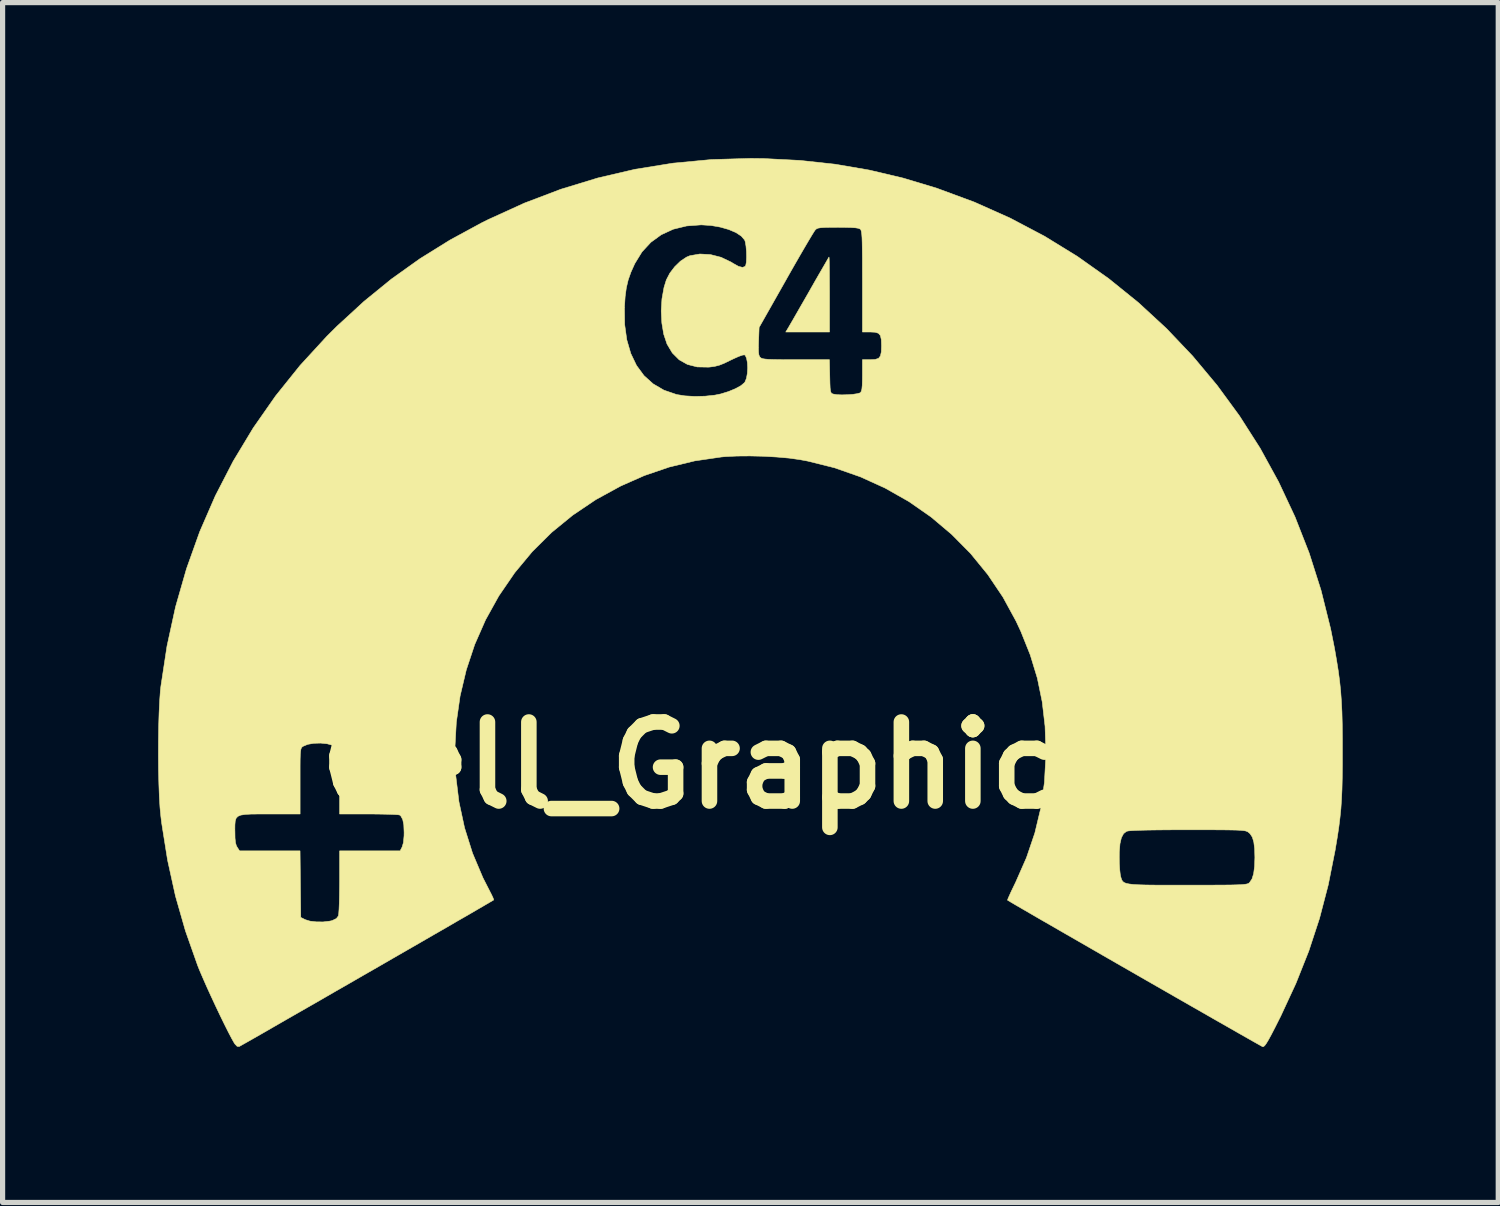
<source format=kicad_pcb>
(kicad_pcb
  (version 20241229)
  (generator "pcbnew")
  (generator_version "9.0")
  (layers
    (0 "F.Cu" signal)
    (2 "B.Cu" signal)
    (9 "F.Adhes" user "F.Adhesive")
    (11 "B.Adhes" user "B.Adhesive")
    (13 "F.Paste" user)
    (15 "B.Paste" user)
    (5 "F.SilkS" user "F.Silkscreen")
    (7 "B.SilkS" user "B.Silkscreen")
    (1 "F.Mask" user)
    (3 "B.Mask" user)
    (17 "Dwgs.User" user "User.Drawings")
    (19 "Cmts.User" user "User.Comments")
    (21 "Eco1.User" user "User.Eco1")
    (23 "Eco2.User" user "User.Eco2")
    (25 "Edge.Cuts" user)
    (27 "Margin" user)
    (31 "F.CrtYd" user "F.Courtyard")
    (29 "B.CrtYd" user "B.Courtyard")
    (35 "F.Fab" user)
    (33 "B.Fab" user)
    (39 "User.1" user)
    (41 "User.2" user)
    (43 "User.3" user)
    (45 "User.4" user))
  (footprint "Cell_Graphic_C4"
    (layer "F.Cu")
    (at 12.339 11.71)
    (property "Reference" "Cell_Graphic_C4" (at 0 0 0) (layer "F.SilkS") (effects (font (size 1.524 1.524) (thickness 0.3))))
    (attr through_hole)
    (fp_poly (pts (xy 0.603 -9.781) (xy 0.605 -9.715) (xy 0.607 -9.61) (xy 0.608 -9.474) (xy 0.609 -9.311) (xy 0.61 -9.129) (xy 0.61 -9.085) (xy 0.61 -8.357) (xy -0.234 -8.357) (xy -0.177 -8.452) (xy -0.15 -8.499) (xy -0.101 -8.583) (xy -0.035 -8.698) (xy 0.044 -8.836) (xy 0.134 -8.992) (xy 0.229 -9.158) (xy 0.235 -9.169) (xy 0.327 -9.331) (xy 0.411 -9.477) (xy 0.484 -9.603) (xy 0.542 -9.703) (xy 0.581 -9.771) (xy 0.599 -9.801) (xy 0.6 -9.802) (xy 0.603 -9.781)) (stroke (width 0.01) (type solid)) (fill yes) (layer "F.SilkS"))
    (fp_poly (pts (xy -0.66 -11.702) (xy 0.041 -11.666) (xy 0.717 -11.593) (xy 1.376 -11.48) (xy 2.028 -11.326) (xy 2.682 -11.129) (xy 2.692 -11.125) (xy 3.406 -10.861) (xy 4.095 -10.553) (xy 4.757 -10.204) (xy 5.39 -9.815) (xy 5.994 -9.387) (xy 6.567 -8.924) (xy 7.108 -8.425) (xy 7.614 -7.893) (xy 8.085 -7.329) (xy 8.519 -6.736) (xy 8.916 -6.114) (xy 9.272 -5.465) (xy 9.588 -4.791) (xy 9.861 -4.094) (xy 10.09 -3.375) (xy 10.274 -2.636) (xy 10.349 -2.261) (xy 10.389 -2.03) (xy 10.422 -1.823) (xy 10.448 -1.628) (xy 10.468 -1.438) (xy 10.482 -1.242) (xy 10.493 -1.031) (xy 10.499 -0.795) (xy 10.502 -0.525) (xy 10.502 -0.292) (xy 10.502 -0.001) (xy 10.499 0.248) (xy 10.494 0.464) (xy 10.485 0.658) (xy 10.473 0.838) (xy 10.455 1.013) (xy 10.433 1.192) (xy 10.404 1.385) (xy 10.368 1.601) (xy 10.362 1.638) (xy 10.229 2.307) (xy 10.061 2.951) (xy 9.854 3.582) (xy 9.605 4.208) (xy 9.312 4.84) (xy 9.289 4.885) (xy 9.2 5.062) (xy 9.13 5.197) (xy 9.076 5.296) (xy 9.035 5.364) (xy 9.005 5.405) (xy 8.982 5.425) (xy 8.964 5.428) (xy 8.963 5.428) (xy 8.938 5.414) (xy 8.872 5.377) (xy 8.769 5.319) (xy 8.632 5.241) (xy 8.465 5.146) (xy 8.271 5.035) (xy 8.053 4.911) (xy 7.816 4.775) (xy 7.562 4.63) (xy 7.295 4.477) (xy 7.018 4.318) (xy 6.735 4.156) (xy 6.45 3.992) (xy 6.164 3.828) (xy 5.884 3.667) (xy 5.61 3.509) (xy 5.348 3.358) (xy 5.099 3.215) (xy 4.869 3.082) (xy 4.66 2.962) (xy 4.476 2.855) (xy 4.319 2.764) (xy 4.195 2.692) (xy 4.105 2.639) (xy 4.054 2.608) (xy 4.043 2.602) (xy 4.05 2.578) (xy 4.077 2.516) (xy 4.118 2.426) (xy 4.172 2.314) (xy 4.2 2.256) (xy 4.409 1.781) (xy 4.412 1.772) (xy 6.198 1.772) (xy 6.2 1.896) (xy 6.207 2.011) (xy 6.217 2.101) (xy 6.224 2.139) (xy 6.235 2.178) (xy 6.247 2.211) (xy 6.263 2.238) (xy 6.29 2.26) (xy 6.33 2.277) (xy 6.388 2.289) (xy 6.469 2.299) (xy 6.577 2.305) (xy 6.716 2.309) (xy 6.891 2.311) (xy 7.105 2.311) (xy 7.364 2.311) (xy 7.511 2.311) (xy 7.783 2.311) (xy 8.009 2.311) (xy 8.193 2.31) (xy 8.34 2.309) (xy 8.454 2.306) (xy 8.54 2.303) (xy 8.603 2.298) (xy 8.646 2.292) (xy 8.675 2.285) (xy 8.695 2.276) (xy 8.709 2.264) (xy 8.711 2.262) (xy 8.758 2.193) (xy 8.79 2.091) (xy 8.808 1.951) (xy 8.814 1.778) (xy 8.809 1.608) (xy 8.793 1.48) (xy 8.765 1.387) (xy 8.722 1.321) (xy 8.695 1.297) (xy 8.678 1.284) (xy 8.657 1.274) (xy 8.629 1.265) (xy 8.588 1.259) (xy 8.53 1.254) (xy 8.45 1.25) (xy 8.344 1.248) (xy 8.206 1.246) (xy 8.032 1.245) (xy 7.817 1.245) (xy 7.557 1.245) (xy 7.516 1.245) (xy 7.211 1.245) (xy 6.955 1.247) (xy 6.745 1.25) (xy 6.581 1.254) (xy 6.46 1.259) (xy 6.381 1.265) (xy 6.341 1.273) (xy 6.34 1.273) (xy 6.281 1.319) (xy 6.239 1.398) (xy 6.212 1.514) (xy 6.199 1.673) (xy 6.198 1.772) (xy 4.412 1.772) (xy 4.57 1.306) (xy 4.685 0.826) (xy 4.755 0.331) (xy 4.783 -0.185) (xy 4.783 -0.254) (xy 4.767 -0.753) (xy 4.712 -1.225) (xy 4.618 -1.681) (xy 4.481 -2.13) (xy 4.3 -2.582) (xy 4.207 -2.781) (xy 3.954 -3.245) (xy 3.661 -3.68) (xy 3.331 -4.084) (xy 2.965 -4.454) (xy 2.568 -4.789) (xy 2.14 -5.087) (xy 1.685 -5.345) (xy 1.206 -5.563) (xy 0.705 -5.738) (xy 0.184 -5.868) (xy 0.038 -5.895) (xy -0.166 -5.924) (xy -0.405 -5.945) (xy -0.664 -5.96) (xy -0.926 -5.966) (xy -1.178 -5.964) (xy -1.402 -5.953) (xy -1.477 -5.946) (xy -1.989 -5.871) (xy -2.481 -5.752) (xy -2.961 -5.588) (xy -3.416 -5.387) (xy -3.897 -5.124) (xy -4.341 -4.825) (xy -4.75 -4.491) (xy -5.123 -4.121) (xy -5.462 -3.713) (xy -5.767 -3.268) (xy -5.771 -3.261) (xy -6.024 -2.805) (xy -6.233 -2.33) (xy -6.396 -1.839) (xy -6.515 -1.337) (xy -6.588 -0.828) (xy -6.616 -0.315) (xy -6.599 0.198) (xy -6.537 0.706) (xy -6.429 1.207) (xy -6.275 1.696) (xy -6.075 2.169) (xy -5.948 2.418) (xy -5.906 2.5) (xy -5.877 2.563) (xy -5.867 2.596) (xy -5.868 2.598) (xy -5.892 2.613) (xy -5.958 2.651) (xy -6.06 2.711) (xy -6.196 2.79) (xy -6.362 2.887) (xy -6.556 2.998) (xy -6.772 3.124) (xy -7.009 3.26) (xy -7.263 3.407) (xy -7.529 3.56) (xy -7.805 3.719) (xy -8.087 3.882) (xy -8.373 4.046) (xy -8.657 4.21) (xy -8.938 4.371) (xy -9.211 4.529) (xy -9.473 4.679) (xy -9.721 4.821) (xy -9.951 4.953) (xy -10.159 5.073) (xy -10.343 5.179) (xy -10.499 5.268) (xy -10.624 5.339) (xy -10.713 5.389) (xy -10.764 5.418) (xy -10.775 5.424) (xy -10.815 5.421) (xy -10.858 5.376) (xy -10.872 5.355) (xy -10.919 5.272) (xy -10.983 5.15) (xy -11.059 4.999) (xy -11.143 4.827) (xy -11.231 4.642) (xy -11.319 4.453) (xy -11.403 4.269) (xy -11.478 4.098) (xy -11.542 3.949) (xy -11.577 3.861) (xy -11.812 3.195) (xy -12.005 2.521) (xy -12.157 1.83) (xy -12.251 1.24) (xy -10.859 1.24) (xy -10.858 1.28) (xy -10.856 1.405) (xy -10.847 1.492) (xy -10.83 1.552) (xy -10.813 1.582) (xy -10.768 1.651) (xy -9.602 1.651) (xy -9.595 2.292) (xy -9.588 2.934) (xy -9.5 2.978) (xy -9.409 3.006) (xy -9.288 3.02) (xy -9.156 3.021) (xy -9.03 3.006) (xy -8.984 2.996) (xy -8.901 2.956) (xy -8.863 2.905) (xy -8.856 2.862) (xy -8.85 2.776) (xy -8.845 2.656) (xy -8.842 2.509) (xy -8.84 2.344) (xy -8.839 2.246) (xy -8.839 1.651) (xy -7.672 1.651) (xy -7.633 1.576) (xy -7.608 1.491) (xy -7.596 1.361) (xy -7.595 1.295) (xy -7.601 1.148) (xy -7.622 1.045) (xy -7.658 0.979) (xy -7.681 0.959) (xy -7.714 0.954) (xy -7.789 0.949) (xy -7.9 0.945) (xy -8.039 0.942) (xy -8.198 0.94) (xy -8.274 0.94) (xy -8.839 0.94) (xy -8.839 0.329) (xy -8.839 0.138) (xy -8.84 -0.01) (xy -8.842 -0.119) (xy -8.846 -0.198) (xy -8.852 -0.252) (xy -8.861 -0.288) (xy -8.873 -0.313) (xy -8.89 -0.332) (xy -8.899 -0.342) (xy -8.973 -0.386) (xy -9.08 -0.415) (xy -9.206 -0.428) (xy -9.335 -0.424) (xy -9.453 -0.404) (xy -9.544 -0.366) (xy -9.562 -0.353) (xy -9.575 -0.337) (xy -9.585 -0.311) (xy -9.592 -0.269) (xy -9.597 -0.205) (xy -9.6 -0.112) (xy -9.601 0.015) (xy -9.601 0.183) (xy -9.601 0.305) (xy -9.601 0.94) (xy -10.181 0.94) (xy -10.384 0.94) (xy -10.542 0.941) (xy -10.66 0.948) (xy -10.745 0.961) (xy -10.801 0.985) (xy -10.835 1.022) (xy -10.852 1.075) (xy -10.858 1.147) (xy -10.859 1.24) (xy -12.251 1.24) (xy -12.271 1.113) (xy -12.286 0.991) (xy -12.303 0.817) (xy -12.316 0.603) (xy -12.325 0.357) (xy -12.332 0.09) (xy -12.334 -0.19) (xy -12.333 -0.472) (xy -12.329 -0.748) (xy -12.321 -1.006) (xy -12.31 -1.239) (xy -12.296 -1.436) (xy -12.286 -1.524) (xy -12.168 -2.299) (xy -12.003 -3.056) (xy -11.792 -3.791) (xy -11.537 -4.505) (xy -11.236 -5.197) (xy -10.892 -5.864) (xy -10.505 -6.506) (xy -10.074 -7.123) (xy -9.602 -7.711) (xy -9.087 -8.272) (xy -8.887 -8.471) (xy -8.5 -8.826) (xy -3.345 -8.826) (xy -3.341 -8.501) (xy -3.3 -8.206) (xy -3.223 -7.942) (xy -3.113 -7.712) (xy -2.968 -7.515) (xy -2.791 -7.356) (xy -2.582 -7.234) (xy -2.343 -7.152) (xy -2.342 -7.151) (xy -2.18 -7.125) (xy -1.988 -7.114) (xy -1.789 -7.119) (xy -1.601 -7.139) (xy -1.488 -7.162) (xy -1.339 -7.208) (xy -1.206 -7.263) (xy -1.1 -7.321) (xy -1.032 -7.378) (xy -1.021 -7.393) (xy -0.992 -7.464) (xy -0.975 -7.559) (xy -0.969 -7.663) (xy -0.974 -7.765) (xy -0.99 -7.85) (xy -1.015 -7.905) (xy -1.031 -7.916) (xy -1.068 -7.911) (xy -1.138 -7.887) (xy -1.23 -7.846) (xy -1.302 -7.812) (xy -1.423 -7.753) (xy -1.517 -7.716) (xy -1.604 -7.694) (xy -1.699 -7.681) (xy -1.728 -7.679) (xy -1.942 -7.683) (xy -2.13 -7.731) (xy -2.29 -7.821) (xy -2.422 -7.953) (xy -2.481 -8.052) (xy -0.761 -8.052) (xy -0.759 -7.968) (xy -0.752 -7.914) (xy -0.737 -7.88) (xy -0.725 -7.866) (xy -0.707 -7.853) (xy -0.678 -7.842) (xy -0.633 -7.835) (xy -0.565 -7.829) (xy -0.468 -7.826) (xy -0.336 -7.824) (xy -0.163 -7.823) (xy -0.037 -7.823) (xy 0.608 -7.823) (xy 0.615 -7.5) (xy 0.618 -7.368) (xy 0.622 -7.277) (xy 0.629 -7.219) (xy 0.64 -7.186) (xy 0.657 -7.169) (xy 0.682 -7.16) (xy 0.686 -7.159) (xy 0.752 -7.148) (xy 0.846 -7.144) (xy 0.953 -7.147) (xy 1.057 -7.154) (xy 1.144 -7.167) (xy 1.198 -7.182) (xy 1.205 -7.187) (xy 1.222 -7.211) (xy 1.234 -7.255) (xy 1.241 -7.327) (xy 1.244 -7.435) (xy 1.245 -7.522) (xy 1.245 -7.823) (xy 1.394 -7.823) (xy 1.492 -7.828) (xy 1.556 -7.849) (xy 1.592 -7.895) (xy 1.609 -7.973) (xy 1.613 -8.09) (xy 1.609 -8.209) (xy 1.592 -8.287) (xy 1.554 -8.332) (xy 1.49 -8.352) (xy 1.394 -8.357) (xy 1.245 -8.357) (xy 1.245 -9.331) (xy 1.244 -9.582) (xy 1.244 -9.786) (xy 1.242 -9.949) (xy 1.24 -10.076) (xy 1.237 -10.172) (xy 1.232 -10.24) (xy 1.226 -10.287) (xy 1.218 -10.317) (xy 1.209 -10.335) (xy 1.203 -10.341) (xy 1.171 -10.356) (xy 1.112 -10.366) (xy 1.02 -10.372) (xy 0.888 -10.375) (xy 0.772 -10.376) (xy 0.621 -10.375) (xy 0.514 -10.373) (xy 0.44 -10.368) (xy 0.392 -10.36) (xy 0.36 -10.347) (xy 0.338 -10.328) (xy 0.335 -10.325) (xy 0.312 -10.292) (xy 0.268 -10.221) (xy 0.204 -10.114) (xy 0.124 -9.978) (xy 0.031 -9.818) (xy -0.072 -9.639) (xy -0.183 -9.444) (xy -0.23 -9.36) (xy -0.748 -8.445) (xy -0.758 -8.177) (xy -0.761 -8.052) (xy -2.481 -8.052) (xy -2.525 -8.126) (xy -2.526 -8.13) (xy -2.588 -8.315) (xy -2.624 -8.53) (xy -2.636 -8.762) (xy -2.622 -8.995) (xy -2.582 -9.217) (xy -2.538 -9.36) (xy -2.471 -9.49) (xy -2.376 -9.615) (xy -2.265 -9.723) (xy -2.148 -9.801) (xy -2.083 -9.828) (xy -1.891 -9.861) (xy -1.687 -9.85) (xy -1.483 -9.798) (xy -1.288 -9.705) (xy -1.245 -9.678) (xy -1.144 -9.622) (xy -1.067 -9.603) (xy -1.018 -9.622) (xy -1.006 -9.641) (xy -0.994 -9.705) (xy -0.99 -9.8) (xy -0.992 -9.908) (xy -1.001 -10.013) (xy -1.015 -10.096) (xy -1.027 -10.131) (xy -1.091 -10.206) (xy -1.196 -10.275) (xy -1.335 -10.334) (xy -1.497 -10.38) (xy -1.675 -10.411) (xy -1.859 -10.423) (xy -1.867 -10.423) (xy -2.148 -10.402) (xy -2.405 -10.339) (xy -2.635 -10.233) (xy -2.836 -10.087) (xy -3.007 -9.902) (xy -3.144 -9.679) (xy -3.149 -9.669) (xy -3.221 -9.509) (xy -3.273 -9.361) (xy -3.309 -9.209) (xy -3.332 -9.038) (xy -3.345 -8.832) (xy -3.345 -8.826) (xy -8.5 -8.826) (xy -8.37 -8.946) (xy -7.841 -9.377) (xy -7.29 -9.77) (xy -6.711 -10.13) (xy -6.094 -10.465) (xy -5.973 -10.525) (xy -5.275 -10.843) (xy -4.572 -11.11) (xy -3.861 -11.327) (xy -3.141 -11.495) (xy -2.41 -11.613) (xy -1.666 -11.683) (xy -0.909 -11.705) (xy -0.66 -11.702)) (stroke (width 0.01) (type solid)) (fill yes) (layer "F.SilkS")))
  (gr_rect
    (start -3 -3)
    (end 25.847 20.142)
    (stroke (width 0.1) (type default))
    (fill no)
    (layer "Edge.Cuts")))
</source>
